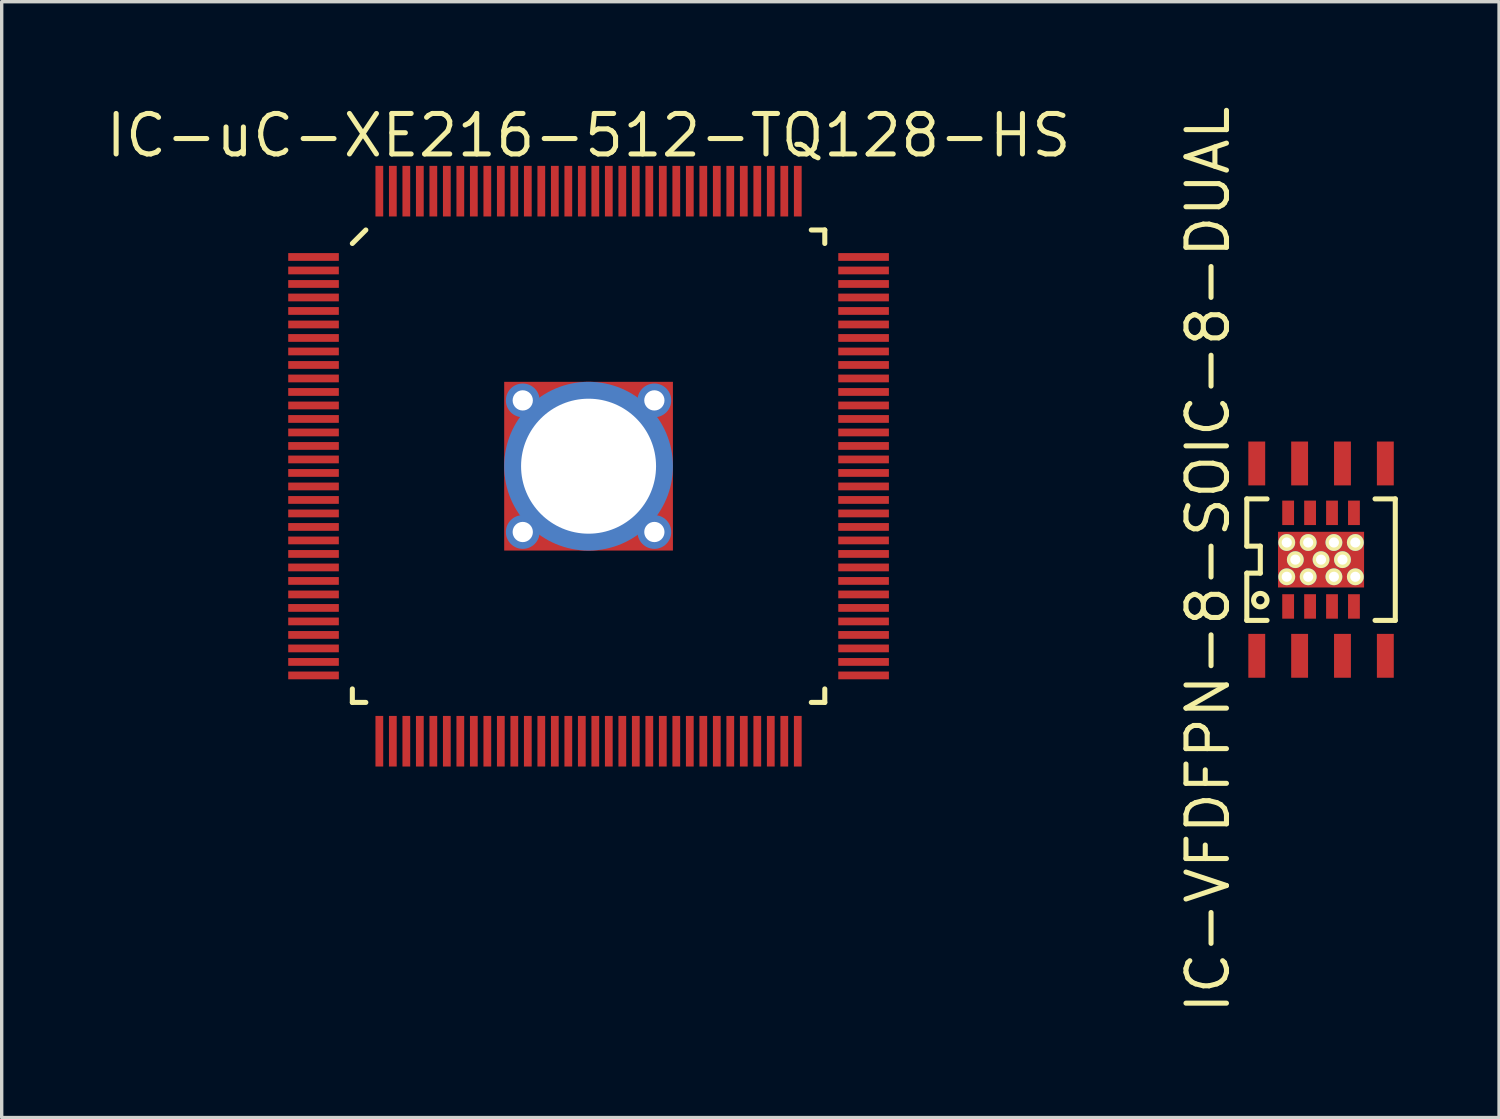
<source format=kicad_pcb>
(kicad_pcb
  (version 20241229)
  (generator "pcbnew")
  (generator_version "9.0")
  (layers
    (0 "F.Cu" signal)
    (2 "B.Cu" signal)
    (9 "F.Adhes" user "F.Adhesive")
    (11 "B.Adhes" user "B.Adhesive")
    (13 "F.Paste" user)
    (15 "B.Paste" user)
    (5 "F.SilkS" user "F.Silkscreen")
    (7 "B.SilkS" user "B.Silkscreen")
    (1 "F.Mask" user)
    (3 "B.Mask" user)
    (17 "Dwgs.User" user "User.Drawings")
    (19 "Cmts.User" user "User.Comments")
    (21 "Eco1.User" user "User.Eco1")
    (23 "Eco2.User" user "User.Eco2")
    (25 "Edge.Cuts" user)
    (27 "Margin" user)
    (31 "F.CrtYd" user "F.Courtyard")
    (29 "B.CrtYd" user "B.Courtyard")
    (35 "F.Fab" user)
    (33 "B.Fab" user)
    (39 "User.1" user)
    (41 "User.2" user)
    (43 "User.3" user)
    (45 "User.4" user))
  (footprint "IC-uC-XE216-512-TQ128-HS"
    (layer "F.Cu")
    (at 14.391 10.765)
    (property "Reference" "IC-uC-XE216-512-TQ128-HS" (at 0 -9.8 0) (layer "F.SilkS") (effects (font (size 1.2 1.2) (thickness 0.15))))
    (attr through_hole)
    (fp_line (start -7 -6.6) (end -6.6 -7) (stroke (width 0.15) (type solid)) (layer "F.SilkS"))
    (fp_line (start -7 7) (end -7 6.6) (stroke (width 0.15) (type solid)) (layer "F.SilkS"))
    (fp_line (start -6.6 7) (end -7 7) (stroke (width 0.15) (type solid)) (layer "F.SilkS"))
    (fp_line (start 6.6 -7) (end 7 -7) (stroke (width 0.15) (type solid)) (layer "F.SilkS"))
    (fp_line (start 6.6 7) (end 7 7) (stroke (width 0.15) (type solid)) (layer "F.SilkS"))
    (fp_line (start 7 -7) (end 7 -6.6) (stroke (width 0.15) (type solid)) (layer "F.SilkS"))
    (fp_line (start 7 7) (end 7 6.6) (stroke (width 0.15) (type solid)) (layer "F.SilkS"))
    (pad "1" smd rect (at -8.15 -6.2 90) (size 0.23 1.5) (layers "F.Cu" "F.Mask" "F.Paste"))
    (pad "2" smd rect (at -8.15 -5.8 90) (size 0.23 1.5) (layers "F.Cu" "F.Mask" "F.Paste"))
    (pad "3" smd rect (at -8.15 -5.4 90) (size 0.23 1.5) (layers "F.Cu" "F.Mask" "F.Paste"))
    (pad "4" smd rect (at -8.15 -5 90) (size 0.23 1.5) (layers "F.Cu" "F.Mask" "F.Paste"))
    (pad "5" smd rect (at -8.15 -4.6 90) (size 0.23 1.5) (layers "F.Cu" "F.Mask" "F.Paste"))
    (pad "6" smd rect (at -8.15 -4.2 90) (size 0.23 1.5) (layers "F.Cu" "F.Mask" "F.Paste"))
    (pad "7" smd rect (at -8.15 -3.8 90) (size 0.23 1.5) (layers "F.Cu" "F.Mask" "F.Paste"))
    (pad "8" smd rect (at -8.15 -3.4 90) (size 0.23 1.5) (layers "F.Cu" "F.Mask" "F.Paste"))
    (pad "9" smd rect (at -8.15 -3 90) (size 0.23 1.5) (layers "F.Cu" "F.Mask" "F.Paste"))
    (pad "10" smd rect (at -8.15 -2.6 90) (size 0.23 1.5) (layers "F.Cu" "F.Mask" "F.Paste"))
    (pad "11" smd rect (at -8.15 -2.2 90) (size 0.23 1.5) (layers "F.Cu" "F.Mask" "F.Paste"))
    (pad "12" smd rect (at -8.15 -1.8 90) (size 0.23 1.5) (layers "F.Cu" "F.Mask" "F.Paste"))
    (pad "13" smd rect (at -8.15 -1.4 90) (size 0.23 1.5) (layers "F.Cu" "F.Mask" "F.Paste"))
    (pad "14" smd rect (at -8.15 -1 90) (size 0.23 1.5) (layers "F.Cu" "F.Mask" "F.Paste"))
    (pad "15" smd rect (at -8.15 -0.6 90) (size 0.23 1.5) (layers "F.Cu" "F.Mask" "F.Paste"))
    (pad "16" smd rect (at -8.15 -0.2 90) (size 0.23 1.5) (layers "F.Cu" "F.Mask" "F.Paste"))
    (pad "17" smd rect (at -8.15 0.2 90) (size 0.23 1.5) (layers "F.Cu" "F.Mask" "F.Paste"))
    (pad "18" smd rect (at -8.15 0.6 90) (size 0.23 1.5) (layers "F.Cu" "F.Mask" "F.Paste"))
    (pad "19" smd rect (at -8.15 1 90) (size 0.23 1.5) (layers "F.Cu" "F.Mask" "F.Paste"))
    (pad "20" smd rect (at -8.15 1.4 90) (size 0.23 1.5) (layers "F.Cu" "F.Mask" "F.Paste"))
    (pad "21" smd rect (at -8.15 1.8 90) (size 0.23 1.5) (layers "F.Cu" "F.Mask" "F.Paste"))
    (pad "22" smd rect (at -8.15 2.2 90) (size 0.23 1.5) (layers "F.Cu" "F.Mask" "F.Paste"))
    (pad "23" smd rect (at -8.15 2.6 90) (size 0.23 1.5) (layers "F.Cu" "F.Mask" "F.Paste"))
    (pad "24" smd rect (at -8.15 3 90) (size 0.23 1.5) (layers "F.Cu" "F.Mask" "F.Paste"))
    (pad "25" smd rect (at -8.15 3.4 90) (size 0.23 1.5) (layers "F.Cu" "F.Mask" "F.Paste"))
    (pad "26" smd rect (at -8.15 3.8 90) (size 0.23 1.5) (layers "F.Cu" "F.Mask" "F.Paste"))
    (pad "27" smd rect (at -8.15 4.2 90) (size 0.23 1.5) (layers "F.Cu" "F.Mask" "F.Paste"))
    (pad "28" smd rect (at -8.15 4.6 90) (size 0.23 1.5) (layers "F.Cu" "F.Mask" "F.Paste"))
    (pad "29" smd rect (at -8.15 5 90) (size 0.23 1.5) (layers "F.Cu" "F.Mask" "F.Paste"))
    (pad "30" smd rect (at -8.15 5.4 90) (size 0.23 1.5) (layers "F.Cu" "F.Mask" "F.Paste"))
    (pad "31" smd rect (at -8.15 5.8 90) (size 0.23 1.5) (layers "F.Cu" "F.Mask" "F.Paste"))
    (pad "32" smd rect (at -8.15 6.2 90) (size 0.23 1.5) (layers "F.Cu" "F.Mask" "F.Paste"))
    (pad "33" smd rect (at -6.2 8.15) (size 0.23 1.5) (layers "F.Cu" "F.Mask" "F.Paste"))
    (pad "34" smd rect (at -5.8 8.15) (size 0.23 1.5) (layers "F.Cu" "F.Mask" "F.Paste"))
    (pad "35" smd rect (at -5.4 8.15) (size 0.23 1.5) (layers "F.Cu" "F.Mask" "F.Paste"))
    (pad "36" smd rect (at -5 8.15) (size 0.23 1.5) (layers "F.Cu" "F.Mask" "F.Paste"))
    (pad "37" smd rect (at -4.6 8.15) (size 0.23 1.5) (layers "F.Cu" "F.Mask" "F.Paste"))
    (pad "38" smd rect (at -4.2 8.15) (size 0.23 1.5) (layers "F.Cu" "F.Mask" "F.Paste"))
    (pad "39" smd rect (at -3.8 8.15) (size 0.23 1.5) (layers "F.Cu" "F.Mask" "F.Paste"))
    (pad "40" smd rect (at -3.4 8.15) (size 0.23 1.5) (layers "F.Cu" "F.Mask" "F.Paste"))
    (pad "41" smd rect (at -3 8.15) (size 0.23 1.5) (layers "F.Cu" "F.Mask" "F.Paste"))
    (pad "42" smd rect (at -2.6 8.15) (size 0.23 1.5) (layers "F.Cu" "F.Mask" "F.Paste"))
    (pad "43" smd rect (at -2.2 8.15) (size 0.23 1.5) (layers "F.Cu" "F.Mask" "F.Paste"))
    (pad "44" smd rect (at -1.8 8.15) (size 0.23 1.5) (layers "F.Cu" "F.Mask" "F.Paste"))
    (pad "45" smd rect (at -1.4 8.15) (size 0.23 1.5) (layers "F.Cu" "F.Mask" "F.Paste"))
    (pad "46" smd rect (at -1 8.15) (size 0.23 1.5) (layers "F.Cu" "F.Mask" "F.Paste"))
    (pad "47" smd rect (at -0.6 8.15) (size 0.23 1.5) (layers "F.Cu" "F.Mask" "F.Paste"))
    (pad "48" smd rect (at -0.2 8.15) (size 0.23 1.5) (layers "F.Cu" "F.Mask" "F.Paste"))
    (pad "49" smd rect (at 0.2 8.15) (size 0.23 1.5) (layers "F.Cu" "F.Mask" "F.Paste"))
    (pad "50" smd rect (at 0.6 8.15) (size 0.23 1.5) (layers "F.Cu" "F.Mask" "F.Paste"))
    (pad "51" smd rect (at 1 8.15) (size 0.23 1.5) (layers "F.Cu" "F.Mask" "F.Paste"))
    (pad "52" smd rect (at 1.4 8.15) (size 0.23 1.5) (layers "F.Cu" "F.Mask" "F.Paste"))
    (pad "53" smd rect (at 1.8 8.15) (size 0.23 1.5) (layers "F.Cu" "F.Mask" "F.Paste"))
    (pad "54" smd rect (at 2.2 8.15) (size 0.23 1.5) (layers "F.Cu" "F.Mask" "F.Paste"))
    (pad "55" smd rect (at 2.6 8.15) (size 0.23 1.5) (layers "F.Cu" "F.Mask" "F.Paste"))
    (pad "56" smd rect (at 3 8.15) (size 0.23 1.5) (layers "F.Cu" "F.Mask" "F.Paste"))
    (pad "57" smd rect (at 3.4 8.15) (size 0.23 1.5) (layers "F.Cu" "F.Mask" "F.Paste"))
    (pad "58" smd rect (at 3.8 8.15) (size 0.23 1.5) (layers "F.Cu" "F.Mask" "F.Paste"))
    (pad "59" smd rect (at 4.2 8.15) (size 0.23 1.5) (layers "F.Cu" "F.Mask" "F.Paste"))
    (pad "60" smd rect (at 4.6 8.15) (size 0.23 1.5) (layers "F.Cu" "F.Mask" "F.Paste"))
    (pad "61" smd rect (at 5 8.15) (size 0.23 1.5) (layers "F.Cu" "F.Mask" "F.Paste"))
    (pad "62" smd rect (at 5.4 8.15) (size 0.23 1.5) (layers "F.Cu" "F.Mask" "F.Paste"))
    (pad "63" smd rect (at 5.8 8.15) (size 0.23 1.5) (layers "F.Cu" "F.Mask" "F.Paste"))
    (pad "64" smd rect (at 6.2 8.15) (size 0.23 1.5) (layers "F.Cu" "F.Mask" "F.Paste"))
    (pad "65" smd rect (at 8.15 6.2 90) (size 0.23 1.5) (layers "F.Cu" "F.Mask" "F.Paste"))
    (pad "66" smd rect (at 8.15 5.8 90) (size 0.23 1.5) (layers "F.Cu" "F.Mask" "F.Paste"))
    (pad "67" smd rect (at 8.15 5.4 90) (size 0.23 1.5) (layers "F.Cu" "F.Mask" "F.Paste"))
    (pad "68" smd rect (at 8.15 5 90) (size 0.23 1.5) (layers "F.Cu" "F.Mask" "F.Paste"))
    (pad "69" smd rect (at 8.15 4.6 90) (size 0.23 1.5) (layers "F.Cu" "F.Mask" "F.Paste"))
    (pad "70" smd rect (at 8.15 4.2 90) (size 0.23 1.5) (layers "F.Cu" "F.Mask" "F.Paste"))
    (pad "71" smd rect (at 8.15 3.8 90) (size 0.23 1.5) (layers "F.Cu" "F.Mask" "F.Paste"))
    (pad "72" smd rect (at 8.15 3.4 90) (size 0.23 1.5) (layers "F.Cu" "F.Mask" "F.Paste"))
    (pad "73" smd rect (at 8.15 3 90) (size 0.23 1.5) (layers "F.Cu" "F.Mask" "F.Paste"))
    (pad "74" smd rect (at 8.15 2.6 90) (size 0.23 1.5) (layers "F.Cu" "F.Mask" "F.Paste"))
    (pad "75" smd rect (at 8.15 2.2 90) (size 0.23 1.5) (layers "F.Cu" "F.Mask" "F.Paste"))
    (pad "76" smd rect (at 8.15 1.8 90) (size 0.23 1.5) (layers "F.Cu" "F.Mask" "F.Paste"))
    (pad "77" smd rect (at 8.15 1.4 90) (size 0.23 1.5) (layers "F.Cu" "F.Mask" "F.Paste"))
    (pad "78" smd rect (at 8.15 1 90) (size 0.23 1.5) (layers "F.Cu" "F.Mask" "F.Paste"))
    (pad "79" smd rect (at 8.15 0.6 90) (size 0.23 1.5) (layers "F.Cu" "F.Mask" "F.Paste"))
    (pad "80" smd rect (at 8.15 0.2 90) (size 0.23 1.5) (layers "F.Cu" "F.Mask" "F.Paste"))
    (pad "81" smd rect (at 8.15 -0.2 90) (size 0.23 1.5) (layers "F.Cu" "F.Mask" "F.Paste"))
    (pad "82" smd rect (at 8.15 -0.6 90) (size 0.23 1.5) (layers "F.Cu" "F.Mask" "F.Paste"))
    (pad "83" smd rect (at 8.15 -1 90) (size 0.23 1.5) (layers "F.Cu" "F.Mask" "F.Paste"))
    (pad "84" smd rect (at 8.15 -1.4 90) (size 0.23 1.5) (layers "F.Cu" "F.Mask" "F.Paste"))
    (pad "85" smd rect (at 8.15 -1.8 90) (size 0.23 1.5) (layers "F.Cu" "F.Mask" "F.Paste"))
    (pad "86" smd rect (at 8.15 -2.2 90) (size 0.23 1.5) (layers "F.Cu" "F.Mask" "F.Paste"))
    (pad "87" smd rect (at 8.15 -2.6 90) (size 0.23 1.5) (layers "F.Cu" "F.Mask" "F.Paste"))
    (pad "88" smd rect (at 8.15 -3 90) (size 0.23 1.5) (layers "F.Cu" "F.Mask" "F.Paste"))
    (pad "89" smd rect (at 8.15 -3.4 90) (size 0.23 1.5) (layers "F.Cu" "F.Mask" "F.Paste"))
    (pad "90" smd rect (at 8.15 -3.8 90) (size 0.23 1.5) (layers "F.Cu" "F.Mask" "F.Paste"))
    (pad "91" smd rect (at 8.15 -4.2 90) (size 0.23 1.5) (layers "F.Cu" "F.Mask" "F.Paste"))
    (pad "92" smd rect (at 8.15 -4.6 90) (size 0.23 1.5) (layers "F.Cu" "F.Mask" "F.Paste"))
    (pad "93" smd rect (at 8.15 -5 90) (size 0.23 1.5) (layers "F.Cu" "F.Mask" "F.Paste"))
    (pad "94" smd rect (at 8.15 -5.4 90) (size 0.23 1.5) (layers "F.Cu" "F.Mask" "F.Paste"))
    (pad "95" smd rect (at 8.15 -5.8 90) (size 0.23 1.5) (layers "F.Cu" "F.Mask" "F.Paste"))
    (pad "96" smd rect (at 8.15 -6.2 90) (size 0.23 1.5) (layers "F.Cu" "F.Mask" "F.Paste"))
    (pad "97" smd rect (at 6.2 -8.15) (size 0.23 1.5) (layers "F.Cu" "F.Mask" "F.Paste"))
    (pad "98" smd rect (at 5.8 -8.15) (size 0.23 1.5) (layers "F.Cu" "F.Mask" "F.Paste"))
    (pad "99" smd rect (at 5.4 -8.15) (size 0.23 1.5) (layers "F.Cu" "F.Mask" "F.Paste"))
    (pad "100" smd rect (at 5 -8.15) (size 0.23 1.5) (layers "F.Cu" "F.Mask" "F.Paste"))
    (pad "101" smd rect (at 4.6 -8.15) (size 0.23 1.5) (layers "F.Cu" "F.Mask" "F.Paste"))
    (pad "102" smd rect (at 4.2 -8.15) (size 0.23 1.5) (layers "F.Cu" "F.Mask" "F.Paste"))
    (pad "103" smd rect (at 3.8 -8.15) (size 0.23 1.5) (layers "F.Cu" "F.Mask" "F.Paste"))
    (pad "104" smd rect (at 3.4 -8.15) (size 0.23 1.5) (layers "F.Cu" "F.Mask" "F.Paste"))
    (pad "105" smd rect (at 3 -8.15) (size 0.23 1.5) (layers "F.Cu" "F.Mask" "F.Paste"))
    (pad "106" smd rect (at 2.6 -8.15) (size 0.23 1.5) (layers "F.Cu" "F.Mask" "F.Paste"))
    (pad "107" smd rect (at 2.2 -8.15) (size 0.23 1.5) (layers "F.Cu" "F.Mask" "F.Paste"))
    (pad "108" smd rect (at 1.8 -8.15) (size 0.23 1.5) (layers "F.Cu" "F.Mask" "F.Paste"))
    (pad "109" smd rect (at 1.4 -8.15) (size 0.23 1.5) (layers "F.Cu" "F.Mask" "F.Paste"))
    (pad "110" smd rect (at 1 -8.15) (size 0.23 1.5) (layers "F.Cu" "F.Mask" "F.Paste"))
    (pad "111" smd rect (at 0.6 -8.15) (size 0.23 1.5) (layers "F.Cu" "F.Mask" "F.Paste"))
    (pad "112" smd rect (at 0.2 -8.15) (size 0.23 1.5) (layers "F.Cu" "F.Mask" "F.Paste"))
    (pad "113" smd rect (at -0.2 -8.15) (size 0.23 1.5) (layers "F.Cu" "F.Mask" "F.Paste"))
    (pad "114" smd rect (at -0.6 -8.15) (size 0.23 1.5) (layers "F.Cu" "F.Mask" "F.Paste"))
    (pad "115" smd rect (at -1 -8.15) (size 0.23 1.5) (layers "F.Cu" "F.Mask" "F.Paste"))
    (pad "116" smd rect (at -1.4 -8.15) (size 0.23 1.5) (layers "F.Cu" "F.Mask" "F.Paste"))
    (pad "117" smd rect (at -1.8 -8.15) (size 0.23 1.5) (layers "F.Cu" "F.Mask" "F.Paste"))
    (pad "118" smd rect (at -2.2 -8.15) (size 0.23 1.5) (layers "F.Cu" "F.Mask" "F.Paste"))
    (pad "119" smd rect (at -2.6 -8.15) (size 0.23 1.5) (layers "F.Cu" "F.Mask" "F.Paste"))
    (pad "120" smd rect (at -3 -8.15) (size 0.23 1.5) (layers "F.Cu" "F.Mask" "F.Paste"))
    (pad "121" smd rect (at -3.4 -8.15) (size 0.23 1.5) (layers "F.Cu" "F.Mask" "F.Paste"))
    (pad "122" smd rect (at -3.8 -8.15) (size 0.23 1.5) (layers "F.Cu" "F.Mask" "F.Paste"))
    (pad "123" smd rect (at -4.2 -8.15) (size 0.23 1.5) (layers "F.Cu" "F.Mask" "F.Paste"))
    (pad "124" smd rect (at -4.6 -8.15) (size 0.23 1.5) (layers "F.Cu" "F.Mask" "F.Paste"))
    (pad "125" smd rect (at -5 -8.15) (size 0.23 1.5) (layers "F.Cu" "F.Mask" "F.Paste"))
    (pad "126" smd rect (at -5.4 -8.15) (size 0.23 1.5) (layers "F.Cu" "F.Mask" "F.Paste"))
    (pad "127" smd rect (at -5.8 -8.15) (size 0.23 1.5) (layers "F.Cu" "F.Mask" "F.Paste"))
    (pad "128" smd rect (at -6.2 -8.15) (size 0.23 1.5) (layers "F.Cu" "F.Mask" "F.Paste"))
    (pad "EP" thru_hole oval (at -1.95 -1.95) (size 1 1) (drill 0.6) (layers "*.Cu" "*.Mask"))
    (pad "EP" thru_hole oval (at -1.95 1.95) (size 1 1) (drill 0.6) (layers "*.Cu" "*.Mask"))
    (pad "EP" smd rect (at 0 0) (size 5 5) (layers "F.Cu" "F.Mask" "F.Paste"))
    (pad "EP" thru_hole oval (at 0 0) (size 5 5) (drill 4) (layers "*.Cu" "*.Mask"))
    (pad "EP" thru_hole oval (at 1.95 -1.95) (size 1 1) (drill 0.6) (layers "*.Cu" "*.Mask"))
    (pad "EP" thru_hole oval (at 1.95 1.95) (size 1 1) (drill 0.6) (layers "*.Cu" "*.Mask")))
  (footprint "IC-VFDFPN-8-SOIC-8-DUAL"
    (layer "F.Cu")
    (at 36.097 13.534)
    (property "Reference" "IC-VFDFPN-8-SOIC-8-DUAL" (at -3.35 0 90) (layer "F.SilkS") (effects (font (size 1.2 1.2) (thickness 0.15))))
    (attr through_hole)
    (fp_line (start -2.2 -1.8) (end -2.2 -0.4) (stroke (width 0.15) (type solid)) (layer "F.SilkS"))
    (fp_line (start -2.2 -0.4) (end -1.8 -0.4) (stroke (width 0.15) (type solid)) (layer "F.SilkS"))
    (fp_line (start -2.2 0.4) (end -2.2 1.8) (stroke (width 0.15) (type solid)) (layer "F.SilkS"))
    (fp_line (start -2.2 1.8) (end -1.6 1.8) (stroke (width 0.15) (type solid)) (layer "F.SilkS"))
    (fp_line (start -1.8 -0.4) (end -1.8 0.4) (stroke (width 0.15) (type solid)) (layer "F.SilkS"))
    (fp_line (start -1.8 0.4) (end -2.2 0.4) (stroke (width 0.15) (type solid)) (layer "F.SilkS"))
    (fp_line (start -1.6 -1.8) (end -2.2 -1.8) (stroke (width 0.15) (type solid)) (layer "F.SilkS"))
    (fp_line (start 1.6 -1.8) (end 2.2 -1.8) (stroke (width 0.15) (type solid)) (layer "F.SilkS"))
    (fp_line (start 2.2 -1.8) (end 2.2 1.8) (stroke (width 0.15) (type solid)) (layer "F.SilkS"))
    (fp_line (start 2.2 1.8) (end 1.6 1.8) (stroke (width 0.15) (type solid)) (layer "F.SilkS"))
    (fp_circle (center -1.8 1.2) (end -1.8 1.4) (stroke (width 0.15) (type solid)) (fill no) (layer "F.SilkS"))
    (pad "1" smd rect (at -1.905 2.85) (size 0.5 1.3) (layers "F.Cu" "F.Mask" "F.Paste"))
    (pad "1" smd rect (at -0.975 1.387) (size 0.35 0.725) (layers "F.Cu" "F.Mask" "F.Paste"))
    (pad "2" smd rect (at -0.635 2.85) (size 0.5 1.3) (layers "F.Cu" "F.Mask" "F.Paste"))
    (pad "2" smd rect (at -0.325 1.387) (size 0.35 0.725) (layers "F.Cu" "F.Mask" "F.Paste"))
    (pad "3" smd rect (at 0.325 1.387) (size 0.35 0.725) (layers "F.Cu" "F.Mask" "F.Paste"))
    (pad "3" smd rect (at 0.635 2.85) (size 0.5 1.3) (layers "F.Cu" "F.Mask" "F.Paste"))
    (pad "4" smd rect (at 0.975 1.387) (size 0.35 0.725) (layers "F.Cu" "F.Mask" "F.Paste"))
    (pad "4" smd rect (at 1.905 2.85) (size 0.5 1.3) (layers "F.Cu" "F.Mask" "F.Paste"))
    (pad "5" smd rect (at 0.975 -1.387) (size 0.35 0.725) (layers "F.Cu" "F.Mask" "F.Paste"))
    (pad "5" smd rect (at 1.905 -2.85) (size 0.5 1.3) (layers "F.Cu" "F.Mask" "F.Paste"))
    (pad "6" smd rect (at 0.325 -1.387) (size 0.35 0.725) (layers "F.Cu" "F.Mask" "F.Paste"))
    (pad "6" smd rect (at 0.635 -2.85) (size 0.5 1.3) (layers "F.Cu" "F.Mask" "F.Paste"))
    (pad "7" smd rect (at -0.635 -2.85) (size 0.5 1.3) (layers "F.Cu" "F.Mask" "F.Paste"))
    (pad "7" smd rect (at -0.325 -1.387) (size 0.35 0.725) (layers "F.Cu" "F.Mask" "F.Paste"))
    (pad "8" smd rect (at -1.905 -2.85) (size 0.5 1.3) (layers "F.Cu" "F.Mask" "F.Paste"))
    (pad "8" smd rect (at -0.975 -1.387) (size 0.35 0.725) (layers "F.Cu" "F.Mask" "F.Paste"))
    (pad "EP" thru_hole circle (at -1.016 -0.508) (size 0.5 0.5) (drill 0.3) (layers "*.Cu" "*.Mask" "F.SilkS"))
    (pad "EP" thru_hole circle (at -1.016 0.508) (size 0.5 0.5) (drill 0.3) (layers "*.Cu" "*.Mask" "F.SilkS"))
    (pad "EP" thru_hole circle (at -0.762 0) (size 0.5 0.5) (drill 0.3) (layers "*.Cu" "*.Mask" "F.SilkS"))
    (pad "EP" thru_hole circle (at -0.381 -0.508) (size 0.5 0.5) (drill 0.3) (layers "*.Cu" "*.Mask" "F.SilkS"))
    (pad "EP" thru_hole circle (at -0.381 0.508) (size 0.5 0.5) (drill 0.3) (layers "*.Cu" "*.Mask" "F.SilkS"))
    (pad "EP" thru_hole circle (at 0 0) (size 0.5 0.5) (drill 0.3) (layers "*.Cu" "*.Mask" "F.SilkS"))
    (pad "EP" smd rect (at 0 0) (size 2.55 1.65) (layers "F.Cu" "F.Mask" "F.Paste"))
    (pad "EP" thru_hole circle (at 0.381 -0.508) (size 0.5 0.5) (drill 0.3) (layers "*.Cu" "*.Mask" "F.SilkS"))
    (pad "EP" thru_hole circle (at 0.381 0.508) (size 0.5 0.5) (drill 0.3) (layers "*.Cu" "*.Mask" "F.SilkS"))
    (pad "EP" thru_hole circle (at 0.635 0) (size 0.5 0.5) (drill 0.3) (layers "*.Cu" "*.Mask" "F.SilkS"))
    (pad "EP" thru_hole circle (at 1.016 -0.508) (size 0.5 0.5) (drill 0.3) (layers "*.Cu" "*.Mask" "F.SilkS"))
    (pad "EP" thru_hole circle (at 1.016 0.508) (size 0.5 0.5) (drill 0.3) (layers "*.Cu" "*.Mask" "F.SilkS")))
  (gr_rect
    (start -3 -3)
    (end 41.372 30.067)
    (stroke (width 0.1) (type default))
    (fill no)
    (layer "Edge.Cuts")))
</source>
